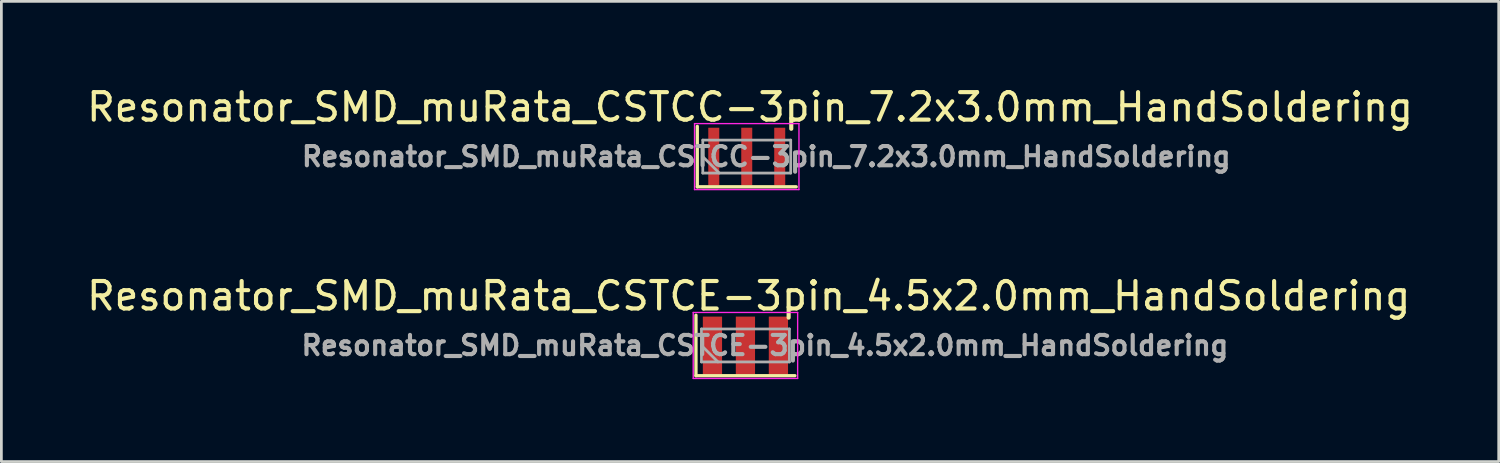
<source format=kicad_pcb>
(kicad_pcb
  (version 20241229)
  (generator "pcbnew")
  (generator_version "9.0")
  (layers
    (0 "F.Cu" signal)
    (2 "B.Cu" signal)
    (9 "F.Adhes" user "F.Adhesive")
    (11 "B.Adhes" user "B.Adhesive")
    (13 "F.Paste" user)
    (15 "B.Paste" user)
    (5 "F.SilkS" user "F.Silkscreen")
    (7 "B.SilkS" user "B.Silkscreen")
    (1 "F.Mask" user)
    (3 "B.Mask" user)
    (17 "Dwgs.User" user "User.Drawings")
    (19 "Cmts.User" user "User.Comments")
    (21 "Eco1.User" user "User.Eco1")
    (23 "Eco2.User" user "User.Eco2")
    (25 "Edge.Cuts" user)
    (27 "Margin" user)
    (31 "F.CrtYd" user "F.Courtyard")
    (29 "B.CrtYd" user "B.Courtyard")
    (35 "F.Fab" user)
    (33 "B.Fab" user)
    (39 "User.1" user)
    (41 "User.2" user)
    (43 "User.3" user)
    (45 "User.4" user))
  (footprint "Resonator_SMD_muRata_CSTCE-3pin_4.5x2.0mm_HandSoldering"
    (layer "F.Cu")
    (at 24.076 9.521)
    (property "Reference" "Resonator_SMD_muRata_CSTCE-3pin_4.5x2.0mm_HandSoldering" (at 0.12 -1.8 0) (layer "F.SilkS") (effects (font (size 1 1) (thickness 0.15))))
    (attr smd)
    (fp_line (start -1.8 -1.1) (end -1.8 1.1) (stroke (width 0.12) (type solid)) (layer "F.SilkS"))
    (fp_line (start -1.8 1.1) (end 1.8 1.1) (stroke (width 0.12) (type solid)) (layer "F.SilkS"))
    (fp_line (start -1.9 -1.2) (end -1.9 1.2) (stroke (width 0.05) (type solid)) (layer "F.CrtYd"))
    (fp_line (start -1.9 1.2) (end 1.9 1.2) (stroke (width 0.05) (type solid)) (layer "F.CrtYd"))
    (fp_line (start 1.9 -1.2) (end -1.9 -1.2) (stroke (width 0.05) (type solid)) (layer "F.CrtYd"))
    (fp_line (start 1.9 1.2) (end 1.9 -1.2) (stroke (width 0.05) (type solid)) (layer "F.CrtYd"))
    (fp_line (start -1.6 -0.6) (end -1.6 0.6) (stroke (width 0.1) (type solid)) (layer "F.Fab"))
    (fp_line (start -1.6 0) (end -1 0.6) (stroke (width 0.1) (type solid)) (layer "F.Fab"))
    (fp_line (start -1.6 0.6) (end 1.6 0.6) (stroke (width 0.1) (type solid)) (layer "F.Fab"))
    (fp_line (start 1.6 -0.6) (end -1.6 -0.6) (stroke (width 0.1) (type solid)) (layer "F.Fab"))
    (fp_line (start 1.6 0.6) (end 1.6 -0.6) (stroke (width 0.1) (type solid)) (layer "F.Fab"))
    (fp_text user "${REFERENCE}" (at 0.71 0 0) (layer "F.Fab") (effects (font (size 0.7 0.7) (thickness 0.15))))
    (pad "1" smd rect (at -1.2 0) (size 0.7 2.1) (layers "F.Cu" "F.Mask" "F.Paste"))
    (pad "2" smd rect (at 0 0) (size 0.7 2.1) (layers "F.Cu" "F.Mask" "F.Paste"))
    (pad "3" smd rect (at 1.2 0) (size 0.7 2.1) (layers "F.Cu" "F.Mask" "F.Paste")))
  (footprint "Resonator_SMD_muRata_CSTCC-3pin_7.2x3.0mm_HandSoldering"
    (layer "F.Cu")
    (at 24.124 2.648)
    (property "Reference" "Resonator_SMD_muRata_CSTCC-3pin_7.2x3.0mm_HandSoldering" (at 0.12 -1.8 0) (layer "F.SilkS") (effects (font (size 1 1) (thickness 0.15))))
    (attr smd)
    (fp_line (start -1.8 -1.1) (end -1.8 1.1) (stroke (width 0.12) (type solid)) (layer "F.SilkS"))
    (fp_line (start -1.8 1.1) (end 1.8 1.1) (stroke (width 0.12) (type solid)) (layer "F.SilkS"))
    (fp_line (start -1.9 -1.2) (end -1.9 1.2) (stroke (width 0.05) (type solid)) (layer "F.CrtYd"))
    (fp_line (start -1.9 1.2) (end 1.9 1.2) (stroke (width 0.05) (type solid)) (layer "F.CrtYd"))
    (fp_line (start 1.9 -1.2) (end -1.9 -1.2) (stroke (width 0.05) (type solid)) (layer "F.CrtYd"))
    (fp_line (start 1.9 1.2) (end 1.9 -1.2) (stroke (width 0.05) (type solid)) (layer "F.CrtYd"))
    (fp_line (start -1.6 -0.6) (end -1.6 0.6) (stroke (width 0.1) (type solid)) (layer "F.Fab"))
    (fp_line (start -1.6 0) (end -1 0.6) (stroke (width 0.1) (type solid)) (layer "F.Fab"))
    (fp_line (start -1.6 0.6) (end 1.6 0.6) (stroke (width 0.1) (type solid)) (layer "F.Fab"))
    (fp_line (start 1.6 -0.6) (end -1.6 -0.6) (stroke (width 0.1) (type solid)) (layer "F.Fab"))
    (fp_line (start 1.6 0.6) (end 1.6 -0.6) (stroke (width 0.1) (type solid)) (layer "F.Fab"))
    (fp_text user "${REFERENCE}" (at 0.71 0 0) (layer "F.Fab") (effects (font (size 0.7 0.7) (thickness 0.15))))
    (pad "1" smd rect (at -1.2 0) (size 0.4 2.1) (layers "F.Cu" "F.Mask" "F.Paste"))
    (pad "2" smd rect (at 0 0) (size 0.4 2.1) (layers "F.Cu" "F.Mask" "F.Paste"))
    (pad "3" smd rect (at 1.2 0) (size 0.4 2.1) (layers "F.Cu" "F.Mask" "F.Paste")))
  (gr_rect
    (start -3 -3)
    (end 51.488 13.746)
    (stroke (width 0.1) (type default))
    (fill no)
    (layer "Edge.Cuts")))
</source>
